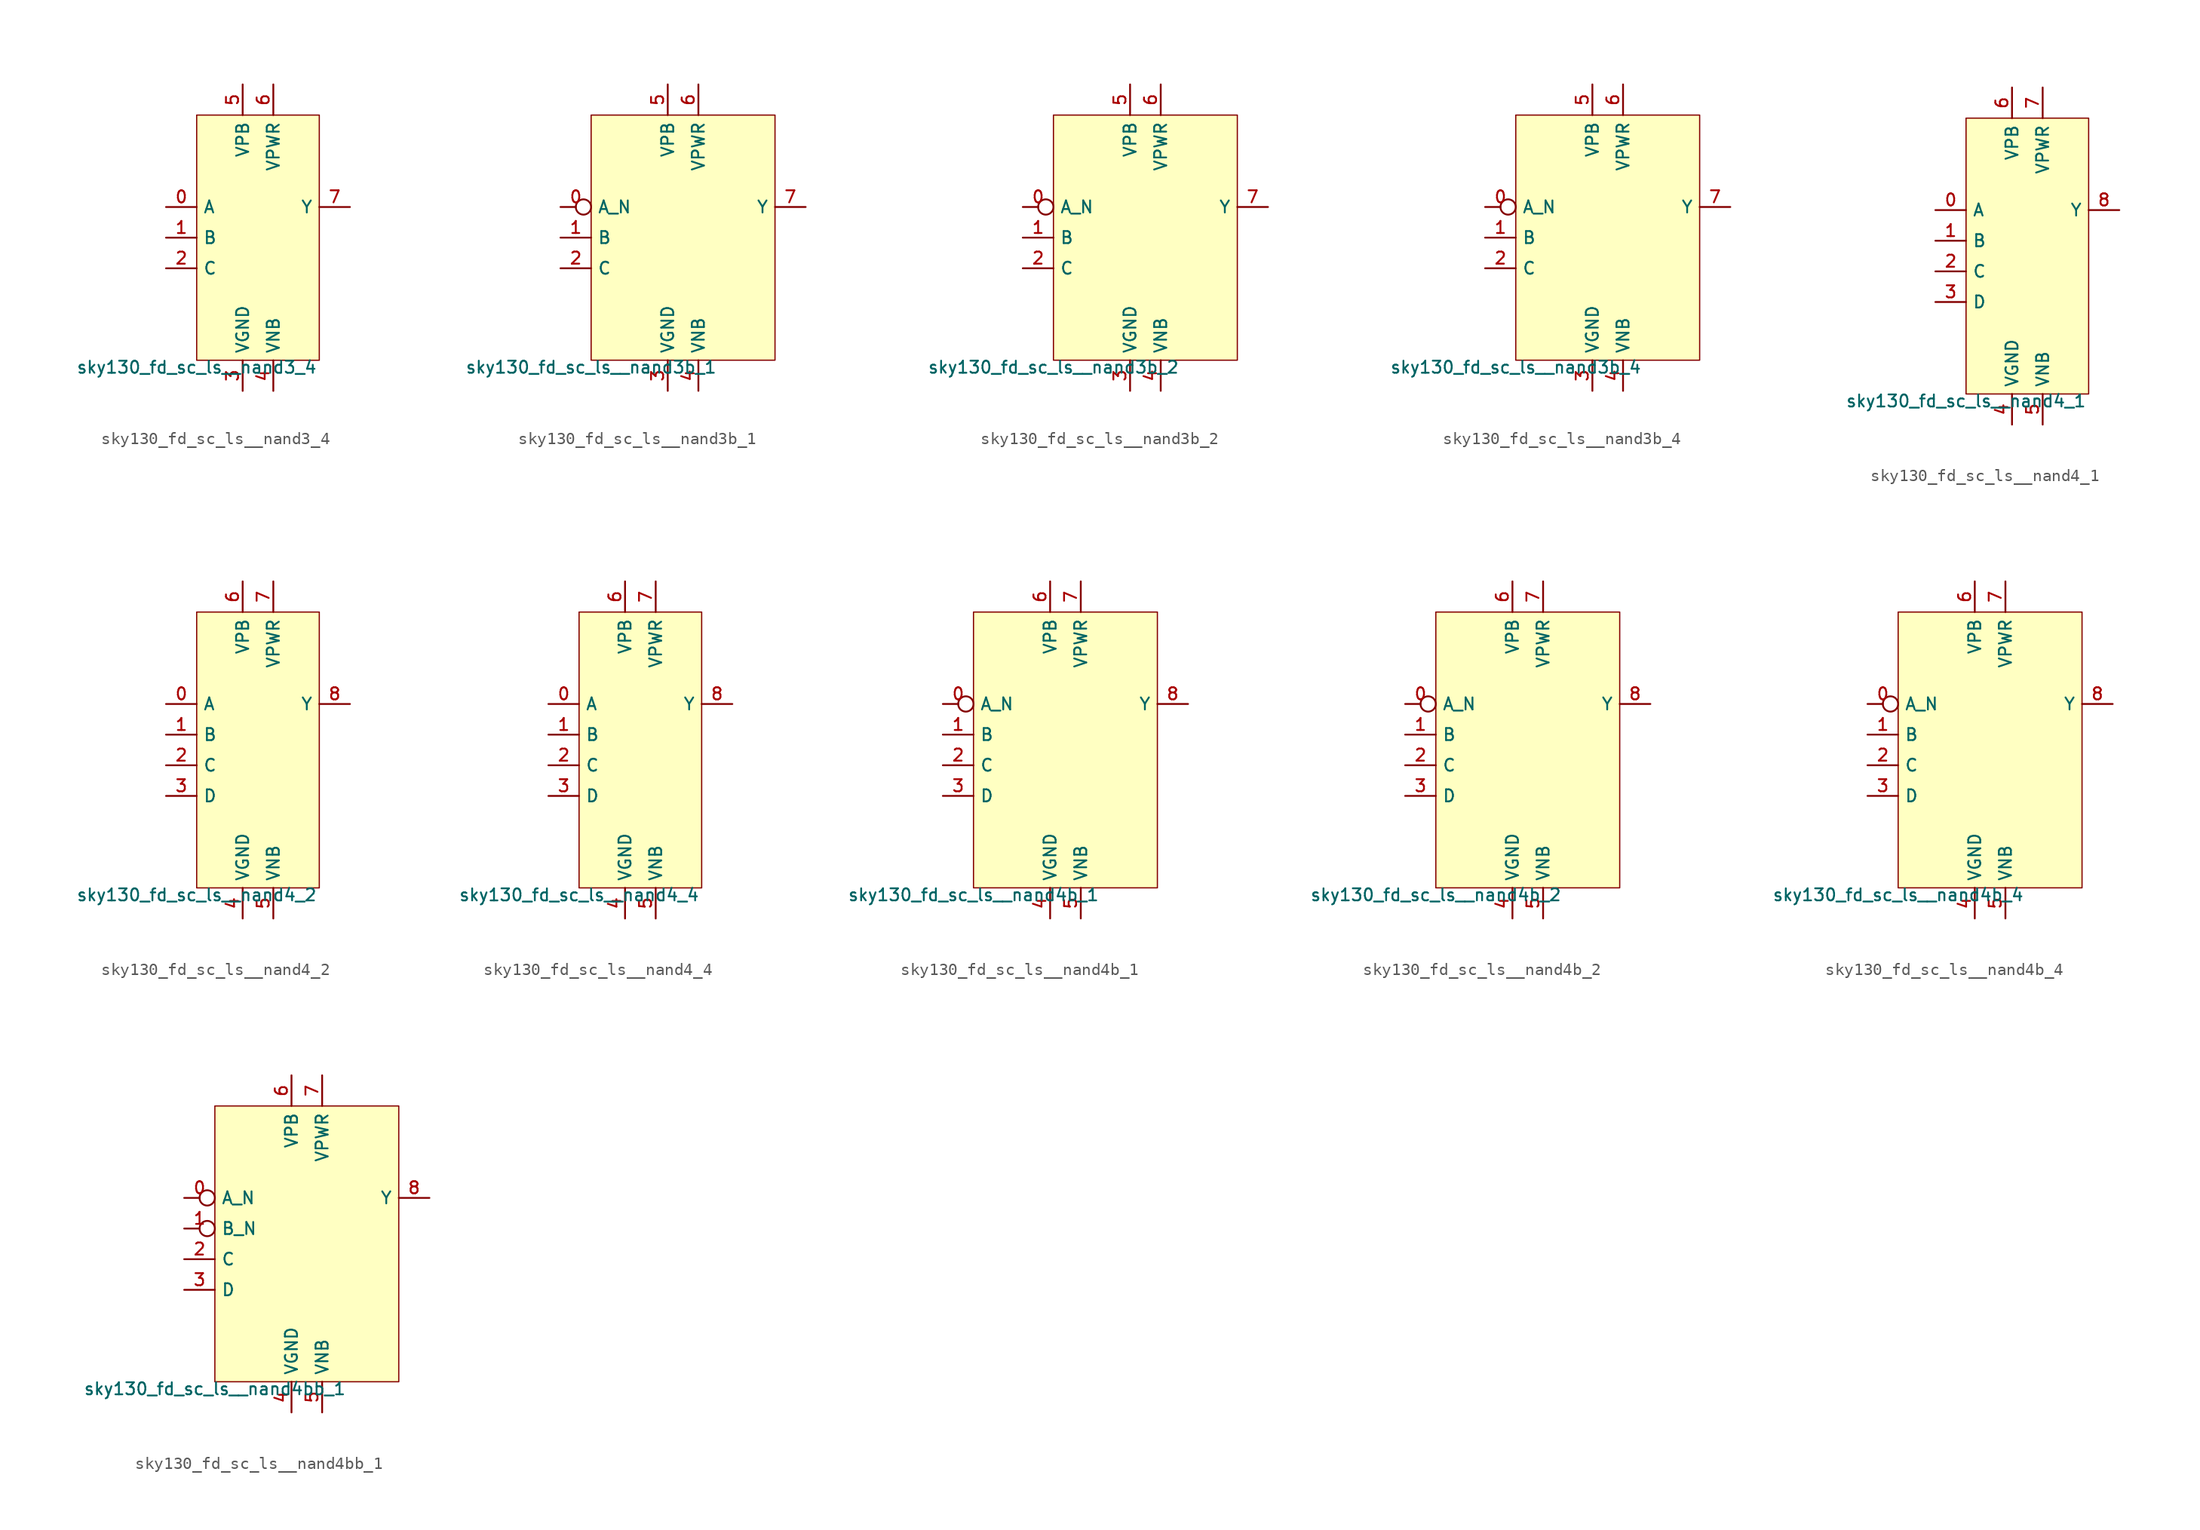
<source format=kicad_sym>
(kicad_symbol_lib
  (version 20211014)
  (generator lef2kicad_sym)
  (symbol "sky130_fd_sc_ls__nand3_4"
    (property "Reference" "X"
      (at 0 0 0)
      (effects (font (size 1 1)) hide))
    (property "Value" "sky130_fd_sc_ls__nand3_4"
      (at -5.08 -10.16 0)
      (effects (font (size 1 1)) (justify top)))
    (rectangle
      (start -5.08 -10.16)
      (end 5.08 10.16)
      (stroke (width 0.1) (type solid) (color 0 0 0 0))
      (fill (type background)))
    (pin input line
      (at -7.62 2.54 0)
      (length 2.54)
      (name "A" (effects (font (size 1 1)) hide))
      (number "0" (effects (font (size 1 1)) hide)))
    (pin input line
      (at -7.62 0.0 0)
      (length 2.54)
      (name "B" (effects (font (size 1 1)) hide))
      (number "1" (effects (font (size 1 1)) hide)))
    (pin input line
      (at -7.62 -2.54 0)
      (length 2.54)
      (name "C" (effects (font (size 1 1)) hide))
      (number "2" (effects (font (size 1 1)) hide)))
    (pin power_in line
      (at -1.27 -12.7 90)
      (length 2.54)
      (name "VGND" (effects (font (size 1 1)) hide))
      (number "3" (effects (font (size 1 1)) hide)))
    (pin power_in line
      (at 1.27 -12.7 90)
      (length 2.54)
      (name "VNB" (effects (font (size 1 1)) hide))
      (number "4" (effects (font (size 1 1)) hide)))
    (pin power_in line
      (at -1.27 12.7 270)
      (length 2.54)
      (name "VPB" (effects (font (size 1 1)) hide))
      (number "5" (effects (font (size 1 1)) hide)))
    (pin power_in line
      (at 1.27 12.7 270)
      (length 2.54)
      (name "VPWR" (effects (font (size 1 1)) hide))
      (number "6" (effects (font (size 1 1)) hide)))
    (pin output line
      (at 7.62 2.54 180)
      (length 2.54)
      (name "Y" (effects (font (size 1 1)) hide))
      (number "7" (effects (font (size 1 1)) hide))))
  (symbol "sky130_fd_sc_ls__nand3b_1"
    (property "Reference" "X"
      (at 0 0 0)
      (effects (font (size 1 1)) hide))
    (property "Value" "sky130_fd_sc_ls__nand3b_1"
      (at -7.62 -10.16 0)
      (effects (font (size 1 1)) (justify top)))
    (rectangle
      (start -7.62 -10.16)
      (end 7.62 10.16)
      (stroke (width 0.1) (type solid) (color 0 0 0 0))
      (fill (type background)))
    (pin input inverted
      (at -10.16 2.54 0)
      (length 2.54)
      (name "A_N" (effects (font (size 1 1)) hide))
      (number "0" (effects (font (size 1 1)) hide)))
    (pin input line
      (at -10.16 0.0 0)
      (length 2.54)
      (name "B" (effects (font (size 1 1)) hide))
      (number "1" (effects (font (size 1 1)) hide)))
    (pin input line
      (at -10.16 -2.54 0)
      (length 2.54)
      (name "C" (effects (font (size 1 1)) hide))
      (number "2" (effects (font (size 1 1)) hide)))
    (pin power_in line
      (at -1.27 -12.7 90)
      (length 2.54)
      (name "VGND" (effects (font (size 1 1)) hide))
      (number "3" (effects (font (size 1 1)) hide)))
    (pin power_in line
      (at 1.27 -12.7 90)
      (length 2.54)
      (name "VNB" (effects (font (size 1 1)) hide))
      (number "4" (effects (font (size 1 1)) hide)))
    (pin power_in line
      (at -1.27 12.7 270)
      (length 2.54)
      (name "VPB" (effects (font (size 1 1)) hide))
      (number "5" (effects (font (size 1 1)) hide)))
    (pin power_in line
      (at 1.27 12.7 270)
      (length 2.54)
      (name "VPWR" (effects (font (size 1 1)) hide))
      (number "6" (effects (font (size 1 1)) hide)))
    (pin output line
      (at 10.16 2.54 180)
      (length 2.54)
      (name "Y" (effects (font (size 1 1)) hide))
      (number "7" (effects (font (size 1 1)) hide))))
  (symbol "sky130_fd_sc_ls__nand3b_2"
    (property "Reference" "X"
      (at 0 0 0)
      (effects (font (size 1 1)) hide))
    (property "Value" "sky130_fd_sc_ls__nand3b_2"
      (at -7.62 -10.16 0)
      (effects (font (size 1 1)) (justify top)))
    (rectangle
      (start -7.62 -10.16)
      (end 7.62 10.16)
      (stroke (width 0.1) (type solid) (color 0 0 0 0))
      (fill (type background)))
    (pin input inverted
      (at -10.16 2.54 0)
      (length 2.54)
      (name "A_N" (effects (font (size 1 1)) hide))
      (number "0" (effects (font (size 1 1)) hide)))
    (pin input line
      (at -10.16 0.0 0)
      (length 2.54)
      (name "B" (effects (font (size 1 1)) hide))
      (number "1" (effects (font (size 1 1)) hide)))
    (pin input line
      (at -10.16 -2.54 0)
      (length 2.54)
      (name "C" (effects (font (size 1 1)) hide))
      (number "2" (effects (font (size 1 1)) hide)))
    (pin power_in line
      (at -1.27 -12.7 90)
      (length 2.54)
      (name "VGND" (effects (font (size 1 1)) hide))
      (number "3" (effects (font (size 1 1)) hide)))
    (pin power_in line
      (at 1.27 -12.7 90)
      (length 2.54)
      (name "VNB" (effects (font (size 1 1)) hide))
      (number "4" (effects (font (size 1 1)) hide)))
    (pin power_in line
      (at -1.27 12.7 270)
      (length 2.54)
      (name "VPB" (effects (font (size 1 1)) hide))
      (number "5" (effects (font (size 1 1)) hide)))
    (pin power_in line
      (at 1.27 12.7 270)
      (length 2.54)
      (name "VPWR" (effects (font (size 1 1)) hide))
      (number "6" (effects (font (size 1 1)) hide)))
    (pin output line
      (at 10.16 2.54 180)
      (length 2.54)
      (name "Y" (effects (font (size 1 1)) hide))
      (number "7" (effects (font (size 1 1)) hide))))
  (symbol "sky130_fd_sc_ls__nand3b_4"
    (property "Reference" "X"
      (at 0 0 0)
      (effects (font (size 1 1)) hide))
    (property "Value" "sky130_fd_sc_ls__nand3b_4"
      (at -7.62 -10.16 0)
      (effects (font (size 1 1)) (justify top)))
    (rectangle
      (start -7.62 -10.16)
      (end 7.62 10.16)
      (stroke (width 0.1) (type solid) (color 0 0 0 0))
      (fill (type background)))
    (pin input inverted
      (at -10.16 2.54 0)
      (length 2.54)
      (name "A_N" (effects (font (size 1 1)) hide))
      (number "0" (effects (font (size 1 1)) hide)))
    (pin input line
      (at -10.16 0.0 0)
      (length 2.54)
      (name "B" (effects (font (size 1 1)) hide))
      (number "1" (effects (font (size 1 1)) hide)))
    (pin input line
      (at -10.16 -2.54 0)
      (length 2.54)
      (name "C" (effects (font (size 1 1)) hide))
      (number "2" (effects (font (size 1 1)) hide)))
    (pin power_in line
      (at -1.27 -12.7 90)
      (length 2.54)
      (name "VGND" (effects (font (size 1 1)) hide))
      (number "3" (effects (font (size 1 1)) hide)))
    (pin power_in line
      (at 1.27 -12.7 90)
      (length 2.54)
      (name "VNB" (effects (font (size 1 1)) hide))
      (number "4" (effects (font (size 1 1)) hide)))
    (pin power_in line
      (at -1.27 12.7 270)
      (length 2.54)
      (name "VPB" (effects (font (size 1 1)) hide))
      (number "5" (effects (font (size 1 1)) hide)))
    (pin power_in line
      (at 1.27 12.7 270)
      (length 2.54)
      (name "VPWR" (effects (font (size 1 1)) hide))
      (number "6" (effects (font (size 1 1)) hide)))
    (pin output line
      (at 10.16 2.54 180)
      (length 2.54)
      (name "Y" (effects (font (size 1 1)) hide))
      (number "7" (effects (font (size 1 1)) hide))))
  (symbol "sky130_fd_sc_ls__nand4_1"
    (property "Reference" "X"
      (at 0 0 0)
      (effects (font (size 1 1)) hide))
    (property "Value" "sky130_fd_sc_ls__nand4_1"
      (at -5.08 -11.43 0)
      (effects (font (size 1 1)) (justify top)))
    (rectangle
      (start -5.08 -11.43)
      (end 5.08 11.43)
      (stroke (width 0.1) (type solid) (color 0 0 0 0))
      (fill (type background)))
    (pin input line
      (at -7.62 3.81 0)
      (length 2.54)
      (name "A" (effects (font (size 1 1)) hide))
      (number "0" (effects (font (size 1 1)) hide)))
    (pin input line
      (at -7.62 1.27 0)
      (length 2.54)
      (name "B" (effects (font (size 1 1)) hide))
      (number "1" (effects (font (size 1 1)) hide)))
    (pin input line
      (at -7.62 -1.27 0)
      (length 2.54)
      (name "C" (effects (font (size 1 1)) hide))
      (number "2" (effects (font (size 1 1)) hide)))
    (pin input line
      (at -7.62 -3.81 0)
      (length 2.54)
      (name "D" (effects (font (size 1 1)) hide))
      (number "3" (effects (font (size 1 1)) hide)))
    (pin power_in line
      (at -1.27 -13.97 90)
      (length 2.54)
      (name "VGND" (effects (font (size 1 1)) hide))
      (number "4" (effects (font (size 1 1)) hide)))
    (pin power_in line
      (at 1.27 -13.97 90)
      (length 2.54)
      (name "VNB" (effects (font (size 1 1)) hide))
      (number "5" (effects (font (size 1 1)) hide)))
    (pin power_in line
      (at -1.27 13.97 270)
      (length 2.54)
      (name "VPB" (effects (font (size 1 1)) hide))
      (number "6" (effects (font (size 1 1)) hide)))
    (pin power_in line
      (at 1.27 13.97 270)
      (length 2.54)
      (name "VPWR" (effects (font (size 1 1)) hide))
      (number "7" (effects (font (size 1 1)) hide)))
    (pin output line
      (at 7.62 3.81 180)
      (length 2.54)
      (name "Y" (effects (font (size 1 1)) hide))
      (number "8" (effects (font (size 1 1)) hide))))
  (symbol "sky130_fd_sc_ls__nand4_2"
    (property "Reference" "X"
      (at 0 0 0)
      (effects (font (size 1 1)) hide))
    (property "Value" "sky130_fd_sc_ls__nand4_2"
      (at -5.08 -11.43 0)
      (effects (font (size 1 1)) (justify top)))
    (rectangle
      (start -5.08 -11.43)
      (end 5.08 11.43)
      (stroke (width 0.1) (type solid) (color 0 0 0 0))
      (fill (type background)))
    (pin input line
      (at -7.62 3.81 0)
      (length 2.54)
      (name "A" (effects (font (size 1 1)) hide))
      (number "0" (effects (font (size 1 1)) hide)))
    (pin input line
      (at -7.62 1.27 0)
      (length 2.54)
      (name "B" (effects (font (size 1 1)) hide))
      (number "1" (effects (font (size 1 1)) hide)))
    (pin input line
      (at -7.62 -1.27 0)
      (length 2.54)
      (name "C" (effects (font (size 1 1)) hide))
      (number "2" (effects (font (size 1 1)) hide)))
    (pin input line
      (at -7.62 -3.81 0)
      (length 2.54)
      (name "D" (effects (font (size 1 1)) hide))
      (number "3" (effects (font (size 1 1)) hide)))
    (pin power_in line
      (at -1.27 -13.97 90)
      (length 2.54)
      (name "VGND" (effects (font (size 1 1)) hide))
      (number "4" (effects (font (size 1 1)) hide)))
    (pin power_in line
      (at 1.27 -13.97 90)
      (length 2.54)
      (name "VNB" (effects (font (size 1 1)) hide))
      (number "5" (effects (font (size 1 1)) hide)))
    (pin power_in line
      (at -1.27 13.97 270)
      (length 2.54)
      (name "VPB" (effects (font (size 1 1)) hide))
      (number "6" (effects (font (size 1 1)) hide)))
    (pin power_in line
      (at 1.27 13.97 270)
      (length 2.54)
      (name "VPWR" (effects (font (size 1 1)) hide))
      (number "7" (effects (font (size 1 1)) hide)))
    (pin output line
      (at 7.62 3.81 180)
      (length 2.54)
      (name "Y" (effects (font (size 1 1)) hide))
      (number "8" (effects (font (size 1 1)) hide))))
  (symbol "sky130_fd_sc_ls__nand4_4"
    (property "Reference" "X"
      (at 0 0 0)
      (effects (font (size 1 1)) hide))
    (property "Value" "sky130_fd_sc_ls__nand4_4"
      (at -5.08 -11.43 0)
      (effects (font (size 1 1)) (justify top)))
    (rectangle
      (start -5.08 -11.43)
      (end 5.08 11.43)
      (stroke (width 0.1) (type solid) (color 0 0 0 0))
      (fill (type background)))
    (pin input line
      (at -7.62 3.81 0)
      (length 2.54)
      (name "A" (effects (font (size 1 1)) hide))
      (number "0" (effects (font (size 1 1)) hide)))
    (pin input line
      (at -7.62 1.27 0)
      (length 2.54)
      (name "B" (effects (font (size 1 1)) hide))
      (number "1" (effects (font (size 1 1)) hide)))
    (pin input line
      (at -7.62 -1.27 0)
      (length 2.54)
      (name "C" (effects (font (size 1 1)) hide))
      (number "2" (effects (font (size 1 1)) hide)))
    (pin input line
      (at -7.62 -3.81 0)
      (length 2.54)
      (name "D" (effects (font (size 1 1)) hide))
      (number "3" (effects (font (size 1 1)) hide)))
    (pin power_in line
      (at -1.27 -13.97 90)
      (length 2.54)
      (name "VGND" (effects (font (size 1 1)) hide))
      (number "4" (effects (font (size 1 1)) hide)))
    (pin power_in line
      (at 1.27 -13.97 90)
      (length 2.54)
      (name "VNB" (effects (font (size 1 1)) hide))
      (number "5" (effects (font (size 1 1)) hide)))
    (pin power_in line
      (at -1.27 13.97 270)
      (length 2.54)
      (name "VPB" (effects (font (size 1 1)) hide))
      (number "6" (effects (font (size 1 1)) hide)))
    (pin power_in line
      (at 1.27 13.97 270)
      (length 2.54)
      (name "VPWR" (effects (font (size 1 1)) hide))
      (number "7" (effects (font (size 1 1)) hide)))
    (pin output line
      (at 7.62 3.81 180)
      (length 2.54)
      (name "Y" (effects (font (size 1 1)) hide))
      (number "8" (effects (font (size 1 1)) hide))))
  (symbol "sky130_fd_sc_ls__nand4b_1"
    (property "Reference" "X"
      (at 0 0 0)
      (effects (font (size 1 1)) hide))
    (property "Value" "sky130_fd_sc_ls__nand4b_1"
      (at -7.62 -11.43 0)
      (effects (font (size 1 1)) (justify top)))
    (rectangle
      (start -7.62 -11.43)
      (end 7.62 11.43)
      (stroke (width 0.1) (type solid) (color 0 0 0 0))
      (fill (type background)))
    (pin input inverted
      (at -10.16 3.81 0)
      (length 2.54)
      (name "A_N" (effects (font (size 1 1)) hide))
      (number "0" (effects (font (size 1 1)) hide)))
    (pin input line
      (at -10.16 1.27 0)
      (length 2.54)
      (name "B" (effects (font (size 1 1)) hide))
      (number "1" (effects (font (size 1 1)) hide)))
    (pin input line
      (at -10.16 -1.27 0)
      (length 2.54)
      (name "C" (effects (font (size 1 1)) hide))
      (number "2" (effects (font (size 1 1)) hide)))
    (pin input line
      (at -10.16 -3.81 0)
      (length 2.54)
      (name "D" (effects (font (size 1 1)) hide))
      (number "3" (effects (font (size 1 1)) hide)))
    (pin power_in line
      (at -1.27 -13.97 90)
      (length 2.54)
      (name "VGND" (effects (font (size 1 1)) hide))
      (number "4" (effects (font (size 1 1)) hide)))
    (pin power_in line
      (at 1.27 -13.97 90)
      (length 2.54)
      (name "VNB" (effects (font (size 1 1)) hide))
      (number "5" (effects (font (size 1 1)) hide)))
    (pin power_in line
      (at -1.27 13.97 270)
      (length 2.54)
      (name "VPB" (effects (font (size 1 1)) hide))
      (number "6" (effects (font (size 1 1)) hide)))
    (pin power_in line
      (at 1.27 13.97 270)
      (length 2.54)
      (name "VPWR" (effects (font (size 1 1)) hide))
      (number "7" (effects (font (size 1 1)) hide)))
    (pin output line
      (at 10.16 3.81 180)
      (length 2.54)
      (name "Y" (effects (font (size 1 1)) hide))
      (number "8" (effects (font (size 1 1)) hide))))
  (symbol "sky130_fd_sc_ls__nand4b_2"
    (property "Reference" "X"
      (at 0 0 0)
      (effects (font (size 1 1)) hide))
    (property "Value" "sky130_fd_sc_ls__nand4b_2"
      (at -7.62 -11.43 0)
      (effects (font (size 1 1)) (justify top)))
    (rectangle
      (start -7.62 -11.43)
      (end 7.62 11.43)
      (stroke (width 0.1) (type solid) (color 0 0 0 0))
      (fill (type background)))
    (pin input inverted
      (at -10.16 3.81 0)
      (length 2.54)
      (name "A_N" (effects (font (size 1 1)) hide))
      (number "0" (effects (font (size 1 1)) hide)))
    (pin input line
      (at -10.16 1.27 0)
      (length 2.54)
      (name "B" (effects (font (size 1 1)) hide))
      (number "1" (effects (font (size 1 1)) hide)))
    (pin input line
      (at -10.16 -1.27 0)
      (length 2.54)
      (name "C" (effects (font (size 1 1)) hide))
      (number "2" (effects (font (size 1 1)) hide)))
    (pin input line
      (at -10.16 -3.81 0)
      (length 2.54)
      (name "D" (effects (font (size 1 1)) hide))
      (number "3" (effects (font (size 1 1)) hide)))
    (pin power_in line
      (at -1.27 -13.97 90)
      (length 2.54)
      (name "VGND" (effects (font (size 1 1)) hide))
      (number "4" (effects (font (size 1 1)) hide)))
    (pin power_in line
      (at 1.27 -13.97 90)
      (length 2.54)
      (name "VNB" (effects (font (size 1 1)) hide))
      (number "5" (effects (font (size 1 1)) hide)))
    (pin power_in line
      (at -1.27 13.97 270)
      (length 2.54)
      (name "VPB" (effects (font (size 1 1)) hide))
      (number "6" (effects (font (size 1 1)) hide)))
    (pin power_in line
      (at 1.27 13.97 270)
      (length 2.54)
      (name "VPWR" (effects (font (size 1 1)) hide))
      (number "7" (effects (font (size 1 1)) hide)))
    (pin output line
      (at 10.16 3.81 180)
      (length 2.54)
      (name "Y" (effects (font (size 1 1)) hide))
      (number "8" (effects (font (size 1 1)) hide))))
  (symbol "sky130_fd_sc_ls__nand4b_4"
    (property "Reference" "X"
      (at 0 0 0)
      (effects (font (size 1 1)) hide))
    (property "Value" "sky130_fd_sc_ls__nand4b_4"
      (at -7.62 -11.43 0)
      (effects (font (size 1 1)) (justify top)))
    (rectangle
      (start -7.62 -11.43)
      (end 7.62 11.43)
      (stroke (width 0.1) (type solid) (color 0 0 0 0))
      (fill (type background)))
    (pin input inverted
      (at -10.16 3.81 0)
      (length 2.54)
      (name "A_N" (effects (font (size 1 1)) hide))
      (number "0" (effects (font (size 1 1)) hide)))
    (pin input line
      (at -10.16 1.27 0)
      (length 2.54)
      (name "B" (effects (font (size 1 1)) hide))
      (number "1" (effects (font (size 1 1)) hide)))
    (pin input line
      (at -10.16 -1.27 0)
      (length 2.54)
      (name "C" (effects (font (size 1 1)) hide))
      (number "2" (effects (font (size 1 1)) hide)))
    (pin input line
      (at -10.16 -3.81 0)
      (length 2.54)
      (name "D" (effects (font (size 1 1)) hide))
      (number "3" (effects (font (size 1 1)) hide)))
    (pin power_in line
      (at -1.27 -13.97 90)
      (length 2.54)
      (name "VGND" (effects (font (size 1 1)) hide))
      (number "4" (effects (font (size 1 1)) hide)))
    (pin power_in line
      (at 1.27 -13.97 90)
      (length 2.54)
      (name "VNB" (effects (font (size 1 1)) hide))
      (number "5" (effects (font (size 1 1)) hide)))
    (pin power_in line
      (at -1.27 13.97 270)
      (length 2.54)
      (name "VPB" (effects (font (size 1 1)) hide))
      (number "6" (effects (font (size 1 1)) hide)))
    (pin power_in line
      (at 1.27 13.97 270)
      (length 2.54)
      (name "VPWR" (effects (font (size 1 1)) hide))
      (number "7" (effects (font (size 1 1)) hide)))
    (pin output line
      (at 10.16 3.81 180)
      (length 2.54)
      (name "Y" (effects (font (size 1 1)) hide))
      (number "8" (effects (font (size 1 1)) hide))))
  (symbol "sky130_fd_sc_ls__nand4bb_1"
    (property "Reference" "X"
      (at 0 0 0)
      (effects (font (size 1 1)) hide))
    (property "Value" "sky130_fd_sc_ls__nand4bb_1"
      (at -7.62 -11.43 0)
      (effects (font (size 1 1)) (justify top)))
    (rectangle
      (start -7.62 -11.43)
      (end 7.62 11.43)
      (stroke (width 0.1) (type solid) (color 0 0 0 0))
      (fill (type background)))
    (pin input inverted
      (at -10.16 3.81 0)
      (length 2.54)
      (name "A_N" (effects (font (size 1 1)) hide))
      (number "0" (effects (font (size 1 1)) hide)))
    (pin input inverted
      (at -10.16 1.27 0)
      (length 2.54)
      (name "B_N" (effects (font (size 1 1)) hide))
      (number "1" (effects (font (size 1 1)) hide)))
    (pin input line
      (at -10.16 -1.27 0)
      (length 2.54)
      (name "C" (effects (font (size 1 1)) hide))
      (number "2" (effects (font (size 1 1)) hide)))
    (pin input line
      (at -10.16 -3.81 0)
      (length 2.54)
      (name "D" (effects (font (size 1 1)) hide))
      (number "3" (effects (font (size 1 1)) hide)))
    (pin power_in line
      (at -1.27 -13.97 90)
      (length 2.54)
      (name "VGND" (effects (font (size 1 1)) hide))
      (number "4" (effects (font (size 1 1)) hide)))
    (pin power_in line
      (at 1.27 -13.97 90)
      (length 2.54)
      (name "VNB" (effects (font (size 1 1)) hide))
      (number "5" (effects (font (size 1 1)) hide)))
    (pin power_in line
      (at -1.27 13.97 270)
      (length 2.54)
      (name "VPB" (effects (font (size 1 1)) hide))
      (number "6" (effects (font (size 1 1)) hide)))
    (pin power_in line
      (at 1.27 13.97 270)
      (length 2.54)
      (name "VPWR" (effects (font (size 1 1)) hide))
      (number "7" (effects (font (size 1 1)) hide)))
    (pin output line
      (at 10.16 3.81 180)
      (length 2.54)
      (name "Y" (effects (font (size 1 1)) hide))
      (number "8" (effects (font (size 1 1)) hide)))))
</source>
